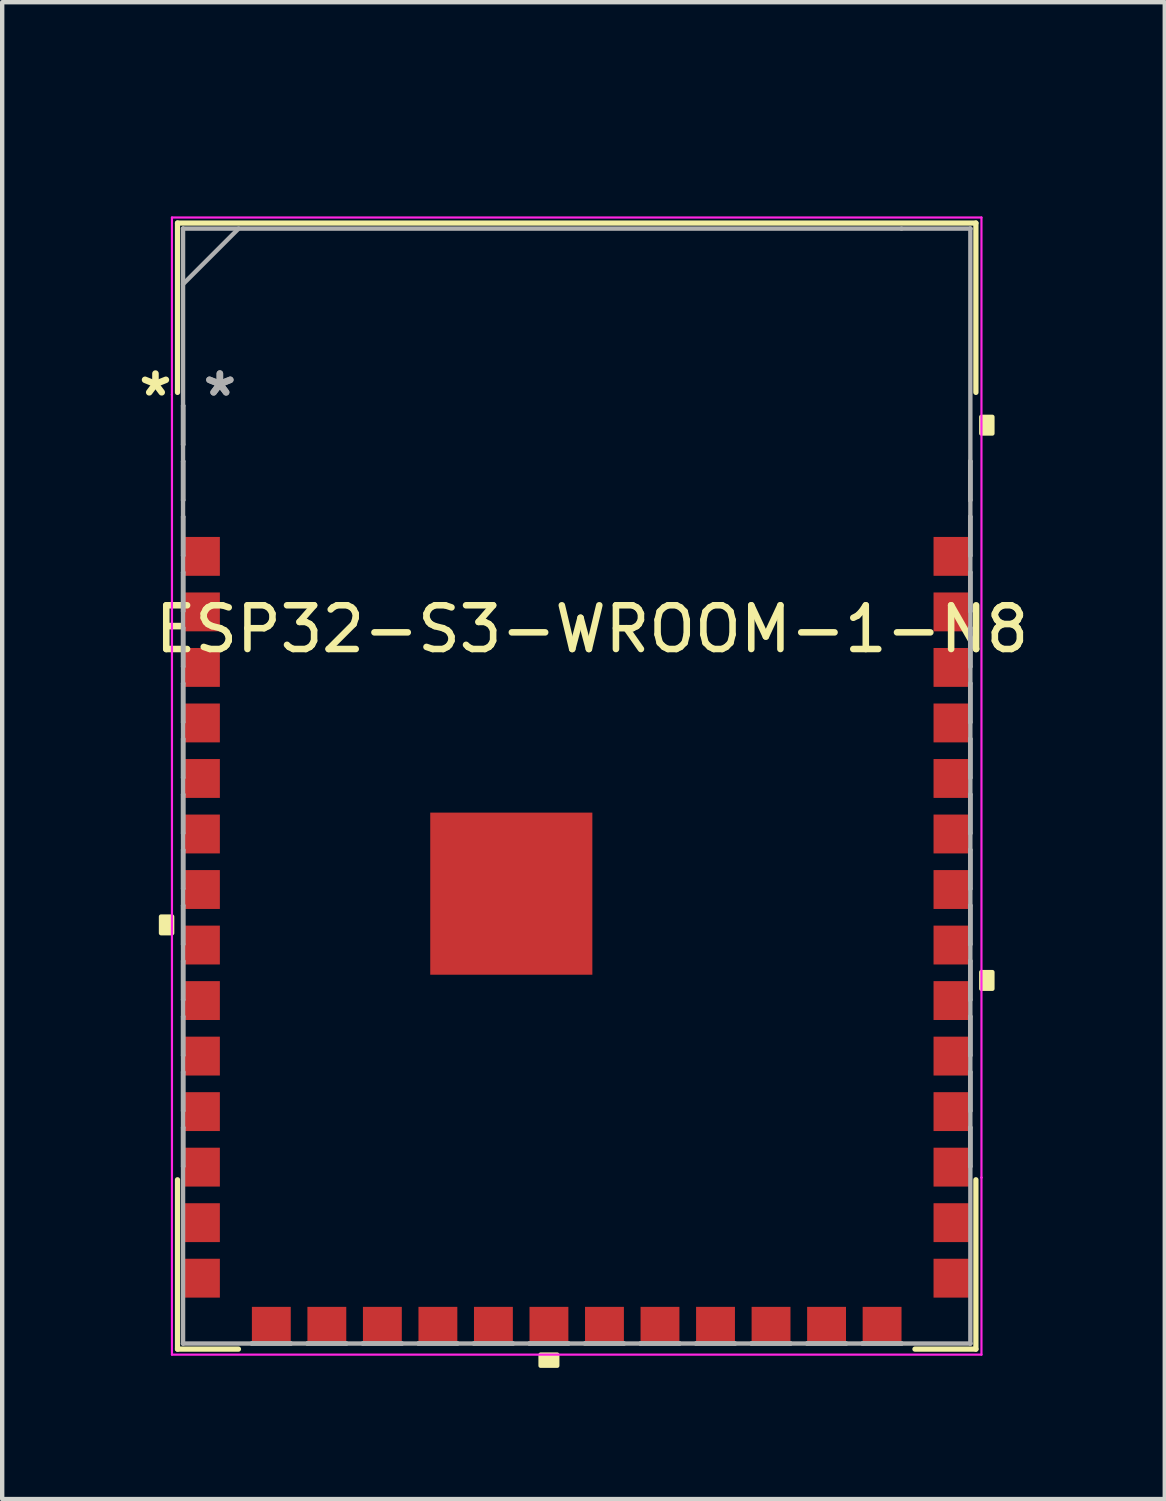
<source format=kicad_pcb>
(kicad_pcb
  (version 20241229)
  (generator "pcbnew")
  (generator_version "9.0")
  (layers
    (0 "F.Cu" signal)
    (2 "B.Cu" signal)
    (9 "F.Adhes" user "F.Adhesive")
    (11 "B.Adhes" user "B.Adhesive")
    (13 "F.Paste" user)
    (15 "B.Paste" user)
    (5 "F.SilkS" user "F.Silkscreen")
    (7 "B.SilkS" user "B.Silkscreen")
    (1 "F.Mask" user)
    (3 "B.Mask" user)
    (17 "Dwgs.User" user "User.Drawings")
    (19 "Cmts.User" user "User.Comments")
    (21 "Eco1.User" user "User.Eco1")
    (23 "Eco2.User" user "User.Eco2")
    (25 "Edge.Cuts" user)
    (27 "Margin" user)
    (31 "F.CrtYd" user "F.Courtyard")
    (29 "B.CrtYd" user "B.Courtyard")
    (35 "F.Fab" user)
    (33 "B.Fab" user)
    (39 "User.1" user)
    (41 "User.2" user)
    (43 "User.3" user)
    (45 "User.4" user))
  (footprint "ESP32-S3-WROOM-1-N8"
    (layer "F.Cu")
    (at 10.141 14.93)
    (property "Reference" "ESP32-S3-WROOM-1-N8" (at 0.35 -3.59 0) (layer "F.SilkS") (effects (font (size 1 1) (thickness 0.15))))
    (attr through_hole)
    (fp_line (start -9.131 -12.878) (end -9.131 -9.005) (stroke (width 0.12) (type solid)) (layer "F.SilkS"))
    (fp_line (start -9.131 9.005) (end -9.131 12.878) (stroke (width 0.12) (type solid)) (layer "F.SilkS"))
    (fp_line (start -9.131 12.878) (end -7.737 12.878) (stroke (width 0.12) (type solid)) (layer "F.SilkS"))
    (fp_line (start 7.737 12.878) (end 9.131 12.878) (stroke (width 0.12) (type solid)) (layer "F.SilkS"))
    (fp_line (start 9.131 -12.878) (end -9.131 -12.878) (stroke (width 0.12) (type solid)) (layer "F.SilkS"))
    (fp_line (start 9.131 -9.005) (end 9.131 -12.878) (stroke (width 0.12) (type solid)) (layer "F.SilkS"))
    (fp_line (start 9.131 12.878) (end 9.131 9.005) (stroke (width 0.12) (type solid)) (layer "F.SilkS"))
    (fp_poly (pts (xy -9.508 2.985) (xy -9.508 3.365) (xy -9.254 3.365) (xy -9.254 2.985)) (stroke (width 0.1) (type solid)) (fill yes) (layer "F.SilkS"))
    (fp_poly (pts (xy -0.826 13.004) (xy -0.826 13.258) (xy -0.445 13.258) (xy -0.445 13.004)) (stroke (width 0.1) (type solid)) (fill yes) (layer "F.SilkS"))
    (fp_poly (pts (xy 9.508 -8.445) (xy 9.508 -8.065) (xy 9.254 -8.065) (xy 9.254 -8.445)) (stroke (width 0.1) (type solid)) (fill yes) (layer "F.SilkS"))
    (fp_poly (pts (xy 9.508 4.255) (xy 9.508 4.636) (xy 9.254 4.636) (xy 9.254 4.255)) (stroke (width 0.1) (type solid)) (fill yes) (layer "F.SilkS"))
    (fp_line (start -9.258 -13.005) (end 9.258 -13.005) (stroke (width 0.05) (type solid)) (layer "F.CrtYd"))
    (fp_line (start -9.258 -8.954) (end -9.258 -8.954) (stroke (width 0.05) (type solid)) (layer "F.CrtYd"))
    (fp_line (start -9.258 -8.954) (end -9.258 -8.954) (stroke (width 0.05) (type solid)) (layer "F.CrtYd"))
    (fp_line (start -9.258 13.005) (end -9.258 -13.005) (stroke (width 0.05) (type solid)) (layer "F.CrtYd"))
    (fp_line (start 9.258 -13.005) (end 9.258 13.005) (stroke (width 0.05) (type solid)) (layer "F.CrtYd"))
    (fp_line (start 9.258 8.954) (end 9.258 8.954) (stroke (width 0.05) (type solid)) (layer "F.CrtYd"))
    (fp_line (start 9.258 8.954) (end 9.258 8.954) (stroke (width 0.05) (type solid)) (layer "F.CrtYd"))
    (fp_line (start 9.258 13.005) (end -9.258 13.005) (stroke (width 0.05) (type solid)) (layer "F.CrtYd"))
    (fp_line (start -9.004 -12.751) (end -9.004 -12.751) (stroke (width 0.1) (type solid)) (layer "F.Fab"))
    (fp_line (start -9.004 -12.751) (end -9.004 12.751) (stroke (width 0.1) (type solid)) (layer "F.Fab"))
    (fp_line (start -9.004 -11.481) (end -7.734 -12.751) (stroke (width 0.1) (type solid)) (layer "F.Fab"))
    (fp_line (start -9.004 -8.7) (end -9 -8.7) (stroke (width 0.1) (type solid)) (layer "F.Fab"))
    (fp_line (start -9.004 -7.811) (end -9.004 -8.7) (stroke (width 0.1) (type solid)) (layer "F.Fab"))
    (fp_line (start -9.004 -7.429) (end -9 -7.429) (stroke (width 0.1) (type solid)) (layer "F.Fab"))
    (fp_line (start -9.004 -6.54) (end -9.004 -7.429) (stroke (width 0.1) (type solid)) (layer "F.Fab"))
    (fp_line (start -9.004 -6.16) (end -9 -6.16) (stroke (width 0.1) (type solid)) (layer "F.Fab"))
    (fp_line (start -9.004 -5.271) (end -9.004 -6.16) (stroke (width 0.1) (type solid)) (layer "F.Fab"))
    (fp_line (start -9.004 -4.889) (end -9 -4.889) (stroke (width 0.1) (type solid)) (layer "F.Fab"))
    (fp_line (start -9.004 -4) (end -9.004 -4.889) (stroke (width 0.1) (type solid)) (layer "F.Fab"))
    (fp_line (start -9.004 -3.619) (end -9 -3.619) (stroke (width 0.1) (type solid)) (layer "F.Fab"))
    (fp_line (start -9.004 -2.731) (end -9.004 -3.619) (stroke (width 0.1) (type solid)) (layer "F.Fab"))
    (fp_line (start -9.004 -2.349) (end -9 -2.349) (stroke (width 0.1) (type solid)) (layer "F.Fab"))
    (fp_line (start -9.004 -1.46) (end -9.004 -2.349) (stroke (width 0.1) (type solid)) (layer "F.Fab"))
    (fp_line (start -9.004 -1.079) (end -9 -1.079) (stroke (width 0.1) (type solid)) (layer "F.Fab"))
    (fp_line (start -9.004 -0.191) (end -9.004 -1.079) (stroke (width 0.1) (type solid)) (layer "F.Fab"))
    (fp_line (start -9.004 0.191) (end -9 0.191) (stroke (width 0.1) (type solid)) (layer "F.Fab"))
    (fp_line (start -9.004 1.079) (end -9.004 0.191) (stroke (width 0.1) (type solid)) (layer "F.Fab"))
    (fp_line (start -9.004 1.46) (end -9 1.46) (stroke (width 0.1) (type solid)) (layer "F.Fab"))
    (fp_line (start -9.004 2.349) (end -9.004 1.46) (stroke (width 0.1) (type solid)) (layer "F.Fab"))
    (fp_line (start -9.004 2.731) (end -9 2.731) (stroke (width 0.1) (type solid)) (layer "F.Fab"))
    (fp_line (start -9.004 3.619) (end -9.004 2.731) (stroke (width 0.1) (type solid)) (layer "F.Fab"))
    (fp_line (start -9.004 4) (end -9 4) (stroke (width 0.1) (type solid)) (layer "F.Fab"))
    (fp_line (start -9.004 4.889) (end -9.004 4) (stroke (width 0.1) (type solid)) (layer "F.Fab"))
    (fp_line (start -9.004 5.271) (end -9 5.271) (stroke (width 0.1) (type solid)) (layer "F.Fab"))
    (fp_line (start -9.004 6.16) (end -9.004 5.271) (stroke (width 0.1) (type solid)) (layer "F.Fab"))
    (fp_line (start -9.004 6.54) (end -9 6.54) (stroke (width 0.1) (type solid)) (layer "F.Fab"))
    (fp_line (start -9.004 7.429) (end -9.004 6.54) (stroke (width 0.1) (type solid)) (layer "F.Fab"))
    (fp_line (start -9.004 7.811) (end -9 7.811) (stroke (width 0.1) (type solid)) (layer "F.Fab"))
    (fp_line (start -9.004 8.7) (end -9.004 7.811) (stroke (width 0.1) (type solid)) (layer "F.Fab"))
    (fp_line (start -9.004 12.751) (end -9.004 12.751) (stroke (width 0.1) (type solid)) (layer "F.Fab"))
    (fp_line (start -9.004 12.751) (end 9.004 12.751) (stroke (width 0.1) (type solid)) (layer "F.Fab"))
    (fp_line (start -9 -8.7) (end -9 -7.811) (stroke (width 0.1) (type solid)) (layer "F.Fab"))
    (fp_line (start -9 -7.811) (end -9.004 -7.811) (stroke (width 0.1) (type solid)) (layer "F.Fab"))
    (fp_line (start -9 -7.429) (end -9 -6.54) (stroke (width 0.1) (type solid)) (layer "F.Fab"))
    (fp_line (start -9 -6.54) (end -9.004 -6.54) (stroke (width 0.1) (type solid)) (layer "F.Fab"))
    (fp_line (start -9 -6.16) (end -9 -5.271) (stroke (width 0.1) (type solid)) (layer "F.Fab"))
    (fp_line (start -9 -5.271) (end -9.004 -5.271) (stroke (width 0.1) (type solid)) (layer "F.Fab"))
    (fp_line (start -9 -4.889) (end -9 -4) (stroke (width 0.1) (type solid)) (layer "F.Fab"))
    (fp_line (start -9 -4) (end -9.004 -4) (stroke (width 0.1) (type solid)) (layer "F.Fab"))
    (fp_line (start -9 -3.619) (end -9 -2.731) (stroke (width 0.1) (type solid)) (layer "F.Fab"))
    (fp_line (start -9 -2.731) (end -9.004 -2.731) (stroke (width 0.1) (type solid)) (layer "F.Fab"))
    (fp_line (start -9 -2.349) (end -9 -1.46) (stroke (width 0.1) (type solid)) (layer "F.Fab"))
    (fp_line (start -9 -1.46) (end -9.004 -1.46) (stroke (width 0.1) (type solid)) (layer "F.Fab"))
    (fp_line (start -9 -1.079) (end -9 -0.191) (stroke (width 0.1) (type solid)) (layer "F.Fab"))
    (fp_line (start -9 -0.191) (end -9.004 -0.191) (stroke (width 0.1) (type solid)) (layer "F.Fab"))
    (fp_line (start -9 0.191) (end -9 1.079) (stroke (width 0.1) (type solid)) (layer "F.Fab"))
    (fp_line (start -9 1.079) (end -9.004 1.079) (stroke (width 0.1) (type solid)) (layer "F.Fab"))
    (fp_line (start -9 1.46) (end -9 2.349) (stroke (width 0.1) (type solid)) (layer "F.Fab"))
    (fp_line (start -9 2.349) (end -9.004 2.349) (stroke (width 0.1) (type solid)) (layer "F.Fab"))
    (fp_line (start -9 2.731) (end -9 3.619) (stroke (width 0.1) (type solid)) (layer "F.Fab"))
    (fp_line (start -9 3.619) (end -9.004 3.619) (stroke (width 0.1) (type solid)) (layer "F.Fab"))
    (fp_line (start -9 4) (end -9 4.889) (stroke (width 0.1) (type solid)) (layer "F.Fab"))
    (fp_line (start -9 4.889) (end -9.004 4.889) (stroke (width 0.1) (type solid)) (layer "F.Fab"))
    (fp_line (start -9 5.271) (end -9 6.16) (stroke (width 0.1) (type solid)) (layer "F.Fab"))
    (fp_line (start -9 6.16) (end -9.004 6.16) (stroke (width 0.1) (type solid)) (layer "F.Fab"))
    (fp_line (start -9 6.54) (end -9 7.429) (stroke (width 0.1) (type solid)) (layer "F.Fab"))
    (fp_line (start -9 7.429) (end -9.004 7.429) (stroke (width 0.1) (type solid)) (layer "F.Fab"))
    (fp_line (start -9 7.811) (end -9 8.7) (stroke (width 0.1) (type solid)) (layer "F.Fab"))
    (fp_line (start -9 8.7) (end -9.004 8.7) (stroke (width 0.1) (type solid)) (layer "F.Fab"))
    (fp_line (start -7.429 12.75) (end -6.54 12.75) (stroke (width 0.1) (type solid)) (layer "F.Fab"))
    (fp_line (start -7.429 12.751) (end -7.429 12.75) (stroke (width 0.1) (type solid)) (layer "F.Fab"))
    (fp_line (start -6.54 12.75) (end -6.54 12.751) (stroke (width 0.1) (type solid)) (layer "F.Fab"))
    (fp_line (start -6.54 12.751) (end -7.429 12.751) (stroke (width 0.1) (type solid)) (layer "F.Fab"))
    (fp_line (start -6.16 12.75) (end -5.271 12.75) (stroke (width 0.1) (type solid)) (layer "F.Fab"))
    (fp_line (start -6.16 12.751) (end -6.16 12.75) (stroke (width 0.1) (type solid)) (layer "F.Fab"))
    (fp_line (start -5.271 12.75) (end -5.271 12.751) (stroke (width 0.1) (type solid)) (layer "F.Fab"))
    (fp_line (start -5.271 12.751) (end -6.16 12.751) (stroke (width 0.1) (type solid)) (layer "F.Fab"))
    (fp_line (start -4.889 12.75) (end -4 12.75) (stroke (width 0.1) (type solid)) (layer "F.Fab"))
    (fp_line (start -4.889 12.751) (end -4.889 12.75) (stroke (width 0.1) (type solid)) (layer "F.Fab"))
    (fp_line (start -4 12.75) (end -4 12.751) (stroke (width 0.1) (type solid)) (layer "F.Fab"))
    (fp_line (start -4 12.751) (end -4.889 12.751) (stroke (width 0.1) (type solid)) (layer "F.Fab"))
    (fp_line (start -3.619 12.75) (end -2.731 12.75) (stroke (width 0.1) (type solid)) (layer "F.Fab"))
    (fp_line (start -3.619 12.751) (end -3.619 12.75) (stroke (width 0.1) (type solid)) (layer "F.Fab"))
    (fp_line (start -2.731 12.75) (end -2.731 12.751) (stroke (width 0.1) (type solid)) (layer "F.Fab"))
    (fp_line (start -2.731 12.751) (end -3.619 12.751) (stroke (width 0.1) (type solid)) (layer "F.Fab"))
    (fp_line (start -2.349 12.75) (end -1.46 12.75) (stroke (width 0.1) (type solid)) (layer "F.Fab"))
    (fp_line (start -2.349 12.751) (end -2.349 12.75) (stroke (width 0.1) (type solid)) (layer "F.Fab"))
    (fp_line (start -1.46 12.75) (end -1.46 12.751) (stroke (width 0.1) (type solid)) (layer "F.Fab"))
    (fp_line (start -1.46 12.751) (end -2.349 12.751) (stroke (width 0.1) (type solid)) (layer "F.Fab"))
    (fp_line (start -1.079 12.75) (end -0.191 12.75) (stroke (width 0.1) (type solid)) (layer "F.Fab"))
    (fp_line (start -1.079 12.751) (end -1.079 12.75) (stroke (width 0.1) (type solid)) (layer "F.Fab"))
    (fp_line (start -0.191 12.75) (end -0.191 12.751) (stroke (width 0.1) (type solid)) (layer "F.Fab"))
    (fp_line (start -0.191 12.751) (end -1.079 12.751) (stroke (width 0.1) (type solid)) (layer "F.Fab"))
    (fp_line (start 0.191 12.75) (end 1.079 12.75) (stroke (width 0.1) (type solid)) (layer "F.Fab"))
    (fp_line (start 0.191 12.751) (end 0.191 12.75) (stroke (width 0.1) (type solid)) (layer "F.Fab"))
    (fp_line (start 1.079 12.75) (end 1.079 12.751) (stroke (width 0.1) (type solid)) (layer "F.Fab"))
    (fp_line (start 1.079 12.751) (end 0.191 12.751) (stroke (width 0.1) (type solid)) (layer "F.Fab"))
    (fp_line (start 1.46 12.75) (end 2.349 12.75) (stroke (width 0.1) (type solid)) (layer "F.Fab"))
    (fp_line (start 1.46 12.751) (end 1.46 12.75) (stroke (width 0.1) (type solid)) (layer "F.Fab"))
    (fp_line (start 2.349 12.75) (end 2.349 12.751) (stroke (width 0.1) (type solid)) (layer "F.Fab"))
    (fp_line (start 2.349 12.751) (end 1.46 12.751) (stroke (width 0.1) (type solid)) (layer "F.Fab"))
    (fp_line (start 2.731 12.75) (end 3.619 12.75) (stroke (width 0.1) (type solid)) (layer "F.Fab"))
    (fp_line (start 2.731 12.751) (end 2.731 12.75) (stroke (width 0.1) (type solid)) (layer "F.Fab"))
    (fp_line (start 3.619 12.75) (end 3.619 12.751) (stroke (width 0.1) (type solid)) (layer "F.Fab"))
    (fp_line (start 3.619 12.751) (end 2.731 12.751) (stroke (width 0.1) (type solid)) (layer "F.Fab"))
    (fp_line (start 4 12.75) (end 4.889 12.75) (stroke (width 0.1) (type solid)) (layer "F.Fab"))
    (fp_line (start 4 12.751) (end 4 12.75) (stroke (width 0.1) (type solid)) (layer "F.Fab"))
    (fp_line (start 4.889 12.75) (end 4.889 12.751) (stroke (width 0.1) (type solid)) (layer "F.Fab"))
    (fp_line (start 4.889 12.751) (end 4 12.751) (stroke (width 0.1) (type solid)) (layer "F.Fab"))
    (fp_line (start 5.271 12.75) (end 6.16 12.75) (stroke (width 0.1) (type solid)) (layer "F.Fab"))
    (fp_line (start 5.271 12.751) (end 5.271 12.75) (stroke (width 0.1) (type solid)) (layer "F.Fab"))
    (fp_line (start 6.16 12.75) (end 6.16 12.751) (stroke (width 0.1) (type solid)) (layer "F.Fab"))
    (fp_line (start 6.16 12.751) (end 5.271 12.751) (stroke (width 0.1) (type solid)) (layer "F.Fab"))
    (fp_line (start 6.54 12.75) (end 7.429 12.75) (stroke (width 0.1) (type solid)) (layer "F.Fab"))
    (fp_line (start 6.54 12.751) (end 6.54 12.75) (stroke (width 0.1) (type solid)) (layer "F.Fab"))
    (fp_line (start 7.429 -12.751) (end 7.429 -12.75) (stroke (width 0.1) (type solid)) (layer "F.Fab"))
    (fp_line (start 7.429 12.75) (end 7.429 12.751) (stroke (width 0.1) (type solid)) (layer "F.Fab"))
    (fp_line (start 7.429 12.751) (end 6.54 12.751) (stroke (width 0.1) (type solid)) (layer "F.Fab"))
    (fp_line (start 9 -7.429) (end 9.004 -7.429) (stroke (width 0.1) (type solid)) (layer "F.Fab"))
    (fp_line (start 9 -6.54) (end 9 -7.429) (stroke (width 0.1) (type solid)) (layer "F.Fab"))
    (fp_line (start 9 -6.16) (end 9.004 -6.16) (stroke (width 0.1) (type solid)) (layer "F.Fab"))
    (fp_line (start 9 -5.271) (end 9 -6.16) (stroke (width 0.1) (type solid)) (layer "F.Fab"))
    (fp_line (start 9 -4.889) (end 9.004 -4.889) (stroke (width 0.1) (type solid)) (layer "F.Fab"))
    (fp_line (start 9 -4) (end 9 -4.889) (stroke (width 0.1) (type solid)) (layer "F.Fab"))
    (fp_line (start 9 -3.619) (end 9.004 -3.619) (stroke (width 0.1) (type solid)) (layer "F.Fab"))
    (fp_line (start 9 -2.731) (end 9 -3.619) (stroke (width 0.1) (type solid)) (layer "F.Fab"))
    (fp_line (start 9 -2.349) (end 9.004 -2.349) (stroke (width 0.1) (type solid)) (layer "F.Fab"))
    (fp_line (start 9 -1.46) (end 9 -2.349) (stroke (width 0.1) (type solid)) (layer "F.Fab"))
    (fp_line (start 9 -1.079) (end 9.004 -1.079) (stroke (width 0.1) (type solid)) (layer "F.Fab"))
    (fp_line (start 9 -0.191) (end 9 -1.079) (stroke (width 0.1) (type solid)) (layer "F.Fab"))
    (fp_line (start 9 0.191) (end 9.004 0.191) (stroke (width 0.1) (type solid)) (layer "F.Fab"))
    (fp_line (start 9 1.079) (end 9 0.191) (stroke (width 0.1) (type solid)) (layer "F.Fab"))
    (fp_line (start 9 1.46) (end 9.004 1.46) (stroke (width 0.1) (type solid)) (layer "F.Fab"))
    (fp_line (start 9 2.349) (end 9 1.46) (stroke (width 0.1) (type solid)) (layer "F.Fab"))
    (fp_line (start 9 2.731) (end 9.004 2.731) (stroke (width 0.1) (type solid)) (layer "F.Fab"))
    (fp_line (start 9 3.619) (end 9 2.731) (stroke (width 0.1) (type solid)) (layer "F.Fab"))
    (fp_line (start 9 4) (end 9.004 4) (stroke (width 0.1) (type solid)) (layer "F.Fab"))
    (fp_line (start 9 4.889) (end 9 4) (stroke (width 0.1) (type solid)) (layer "F.Fab"))
    (fp_line (start 9 5.271) (end 9.004 5.271) (stroke (width 0.1) (type solid)) (layer "F.Fab"))
    (fp_line (start 9 6.16) (end 9 5.271) (stroke (width 0.1) (type solid)) (layer "F.Fab"))
    (fp_line (start 9 6.54) (end 9.004 6.54) (stroke (width 0.1) (type solid)) (layer "F.Fab"))
    (fp_line (start 9 7.429) (end 9 6.54) (stroke (width 0.1) (type solid)) (layer "F.Fab"))
    (fp_line (start 9 7.811) (end 9.004 7.811) (stroke (width 0.1) (type solid)) (layer "F.Fab"))
    (fp_line (start 9 8.7) (end 9 7.811) (stroke (width 0.1) (type solid)) (layer "F.Fab"))
    (fp_line (start 9.004 -12.751) (end -9.004 -12.751) (stroke (width 0.1) (type solid)) (layer "F.Fab"))
    (fp_line (start 9.004 -12.751) (end 9.004 -12.751) (stroke (width 0.1) (type solid)) (layer "F.Fab"))
    (fp_line (start 9.004 -7.429) (end 9.004 -6.54) (stroke (width 0.1) (type solid)) (layer "F.Fab"))
    (fp_line (start 9.004 -6.54) (end 9 -6.54) (stroke (width 0.1) (type solid)) (layer "F.Fab"))
    (fp_line (start 9.004 -6.16) (end 9.004 -5.271) (stroke (width 0.1) (type solid)) (layer "F.Fab"))
    (fp_line (start 9.004 -5.271) (end 9 -5.271) (stroke (width 0.1) (type solid)) (layer "F.Fab"))
    (fp_line (start 9.004 -4.889) (end 9.004 -4) (stroke (width 0.1) (type solid)) (layer "F.Fab"))
    (fp_line (start 9.004 -4) (end 9 -4) (stroke (width 0.1) (type solid)) (layer "F.Fab"))
    (fp_line (start 9.004 -3.619) (end 9.004 -2.731) (stroke (width 0.1) (type solid)) (layer "F.Fab"))
    (fp_line (start 9.004 -2.731) (end 9 -2.731) (stroke (width 0.1) (type solid)) (layer "F.Fab"))
    (fp_line (start 9.004 -2.349) (end 9.004 -1.46) (stroke (width 0.1) (type solid)) (layer "F.Fab"))
    (fp_line (start 9.004 -1.46) (end 9 -1.46) (stroke (width 0.1) (type solid)) (layer "F.Fab"))
    (fp_line (start 9.004 -1.079) (end 9.004 -0.191) (stroke (width 0.1) (type solid)) (layer "F.Fab"))
    (fp_line (start 9.004 -0.191) (end 9 -0.191) (stroke (width 0.1) (type solid)) (layer "F.Fab"))
    (fp_line (start 9.004 0.191) (end 9.004 1.079) (stroke (width 0.1) (type solid)) (layer "F.Fab"))
    (fp_line (start 9.004 1.079) (end 9 1.079) (stroke (width 0.1) (type solid)) (layer "F.Fab"))
    (fp_line (start 9.004 1.46) (end 9.004 2.349) (stroke (width 0.1) (type solid)) (layer "F.Fab"))
    (fp_line (start 9.004 2.349) (end 9 2.349) (stroke (width 0.1) (type solid)) (layer "F.Fab"))
    (fp_line (start 9.004 2.731) (end 9.004 3.619) (stroke (width 0.1) (type solid)) (layer "F.Fab"))
    (fp_line (start 9.004 3.619) (end 9 3.619) (stroke (width 0.1) (type solid)) (layer "F.Fab"))
    (fp_line (start 9.004 4) (end 9.004 4.889) (stroke (width 0.1) (type solid)) (layer "F.Fab"))
    (fp_line (start 9.004 4.889) (end 9 4.889) (stroke (width 0.1) (type solid)) (layer "F.Fab"))
    (fp_line (start 9.004 5.271) (end 9.004 6.16) (stroke (width 0.1) (type solid)) (layer "F.Fab"))
    (fp_line (start 9.004 6.16) (end 9 6.16) (stroke (width 0.1) (type solid)) (layer "F.Fab"))
    (fp_line (start 9.004 6.54) (end 9.004 7.429) (stroke (width 0.1) (type solid)) (layer "F.Fab"))
    (fp_line (start 9.004 7.429) (end 9 7.429) (stroke (width 0.1) (type solid)) (layer "F.Fab"))
    (fp_line (start 9.004 7.811) (end 9.004 8.7) (stroke (width 0.1) (type solid)) (layer "F.Fab"))
    (fp_line (start 9.004 8.7) (end 9 8.7) (stroke (width 0.1) (type solid)) (layer "F.Fab"))
    (fp_line (start 9.004 12.751) (end 9.004 -12.751) (stroke (width 0.1) (type solid)) (layer "F.Fab"))
    (fp_line (start 9.004 12.751) (end 9.004 12.751) (stroke (width 0.1) (type solid)) (layer "F.Fab"))
    (fp_text user "*" (at -9.635 -8.89 0) (layer "F.SilkS") (effects (font (size 1 1) (thickness 0.15))))
    (fp_text user "*" (at -8.162 -8.89 0) (layer "F.Fab") (effects (font (size 1 1) (thickness 0.15))))
    (fp_text user "*" (at -8.162 -8.89 0) (layer "F.Fab") (effects (font (size 1 1) (thickness 0.15))))
    (pad "1" smd rect (at -8.581 -5.254 90) (size 0.889 0.838) (layers "F.Cu" "F.Mask" "F.Paste"))
    (pad "2" smd rect (at -8.581 -3.984 90) (size 0.889 0.838) (layers "F.Cu" "F.Mask" "F.Paste"))
    (pad "3" smd rect (at -8.581 -2.714 90) (size 0.889 0.838) (layers "F.Cu" "F.Mask" "F.Paste"))
    (pad "4" smd rect (at -8.581 -1.444 90) (size 0.889 0.838) (layers "F.Cu" "F.Mask" "F.Paste"))
    (pad "5" smd rect (at -8.581 -0.174 90) (size 0.889 0.838) (layers "F.Cu" "F.Mask" "F.Paste"))
    (pad "6" smd rect (at -8.581 1.096 90) (size 0.889 0.838) (layers "F.Cu" "F.Mask" "F.Paste"))
    (pad "7" smd rect (at -8.581 2.366 90) (size 0.889 0.838) (layers "F.Cu" "F.Mask" "F.Paste"))
    (pad "8" smd rect (at -8.581 3.636 90) (size 0.889 0.838) (layers "F.Cu" "F.Mask" "F.Paste"))
    (pad "9" smd rect (at -8.581 4.906 90) (size 0.889 0.838) (layers "F.Cu" "F.Mask" "F.Paste"))
    (pad "10" smd rect (at -8.581 6.176 90) (size 0.889 0.838) (layers "F.Cu" "F.Mask" "F.Paste"))
    (pad "11" smd rect (at -8.581 7.446 90) (size 0.889 0.838) (layers "F.Cu" "F.Mask" "F.Paste"))
    (pad "12" smd rect (at -8.581 8.716 90) (size 0.889 0.838) (layers "F.Cu" "F.Mask" "F.Paste"))
    (pad "13" smd rect (at -8.581 9.986 90) (size 0.889 0.838) (layers "F.Cu" "F.Mask" "F.Paste"))
    (pad "14" smd rect (at -8.581 11.256 90) (size 0.889 0.838) (layers "F.Cu" "F.Mask" "F.Paste"))
    (pad "15" smd rect (at -6.985 12.331) (size 0.889 0.838) (layers "F.Cu" "F.Mask" "F.Paste"))
    (pad "16" smd rect (at -5.715 12.331) (size 0.889 0.838) (layers "F.Cu" "F.Mask" "F.Paste"))
    (pad "17" smd rect (at -4.445 12.331) (size 0.889 0.838) (layers "F.Cu" "F.Mask" "F.Paste"))
    (pad "18" smd rect (at -3.175 12.331) (size 0.889 0.838) (layers "F.Cu" "F.Mask" "F.Paste"))
    (pad "19" smd rect (at -1.905 12.331) (size 0.889 0.838) (layers "F.Cu" "F.Mask" "F.Paste"))
    (pad "20" smd rect (at -0.635 12.331) (size 0.889 0.838) (layers "F.Cu" "F.Mask" "F.Paste"))
    (pad "21" smd rect (at 0.635 12.331) (size 0.889 0.838) (layers "F.Cu" "F.Mask" "F.Paste"))
    (pad "22" smd rect (at 1.905 12.331) (size 0.889 0.838) (layers "F.Cu" "F.Mask" "F.Paste"))
    (pad "23" smd rect (at 3.175 12.331) (size 0.889 0.838) (layers "F.Cu" "F.Mask" "F.Paste"))
    (pad "24" smd rect (at 4.445 12.331) (size 0.889 0.838) (layers "F.Cu" "F.Mask" "F.Paste"))
    (pad "25" smd rect (at 5.715 12.331) (size 0.889 0.838) (layers "F.Cu" "F.Mask" "F.Paste"))
    (pad "26" smd rect (at 6.985 12.331) (size 0.889 0.838) (layers "F.Cu" "F.Mask" "F.Paste"))
    (pad "27" smd rect (at 8.581 11.256 90) (size 0.889 0.838) (layers "F.Cu" "F.Mask" "F.Paste"))
    (pad "28" smd rect (at 8.581 9.986 90) (size 0.889 0.838) (layers "F.Cu" "F.Mask" "F.Paste"))
    (pad "29" smd rect (at 8.581 8.716 90) (size 0.889 0.838) (layers "F.Cu" "F.Mask" "F.Paste"))
    (pad "30" smd rect (at 8.581 7.446 90) (size 0.889 0.838) (layers "F.Cu" "F.Mask" "F.Paste"))
    (pad "31" smd rect (at 8.581 6.176 90) (size 0.889 0.838) (layers "F.Cu" "F.Mask" "F.Paste"))
    (pad "32" smd rect (at 8.581 4.906 90) (size 0.889 0.838) (layers "F.Cu" "F.Mask" "F.Paste"))
    (pad "33" smd rect (at 8.581 3.636 90) (size 0.889 0.838) (layers "F.Cu" "F.Mask" "F.Paste"))
    (pad "34" smd rect (at 8.581 2.366 90) (size 0.889 0.838) (layers "F.Cu" "F.Mask" "F.Paste"))
    (pad "35" smd rect (at 8.581 1.096 90) (size 0.889 0.838) (layers "F.Cu" "F.Mask" "F.Paste"))
    (pad "36" smd rect (at 8.581 -0.174 90) (size 0.889 0.838) (layers "F.Cu" "F.Mask" "F.Paste"))
    (pad "37" smd rect (at 8.581 -1.444 90) (size 0.889 0.838) (layers "F.Cu" "F.Mask" "F.Paste"))
    (pad "38" smd rect (at 8.581 -2.714 90) (size 0.889 0.838) (layers "F.Cu" "F.Mask" "F.Paste"))
    (pad "39" smd rect (at 8.581 -3.984 90) (size 0.889 0.838) (layers "F.Cu" "F.Mask" "F.Paste"))
    (pad "40" smd rect (at 8.581 -5.254 90) (size 0.889 0.838) (layers "F.Cu" "F.Mask" "F.Paste"))
    (pad "41" smd rect (at -1.496 2.461) (size 3.708 3.708) (layers "F.Cu" "F.Mask"))
    (zone (net_name "") (layers "F.Cu" "B.Cu") (name "Antenna keep out") (hatch edge 0.508) (connect_pads) (min_thickness 0.254) (filled_areas_thickness no) (keepout (tracks not_allowed) (vias not_allowed) (pads not_allowed) (copperpour not_allowed) (footprints allowed)) (placement (enabled no)) (fill) (polygon (pts (xy 20.291 0) (xy 20.291 0.13) (xy 20.271 6.25) (xy 0.831 6.25) (xy 0.831 0.01)))))
  (gr_rect
    (start -3 -3)
    (end 23.592 31.238)
    (stroke (width 0.1) (type default))
    (fill no)
    (layer "Edge.Cuts")))
</source>
